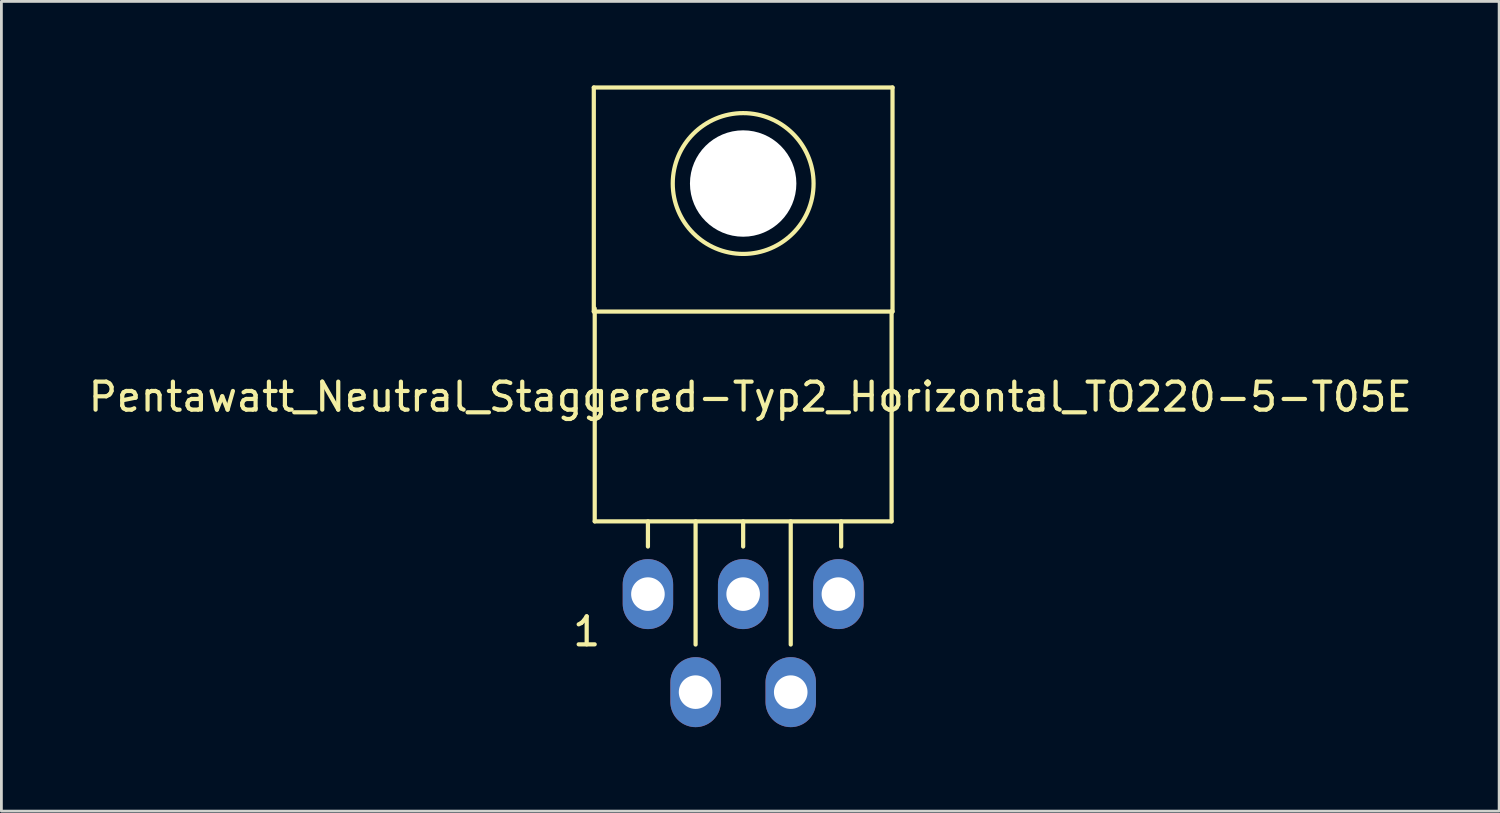
<source format=kicad_pcb>
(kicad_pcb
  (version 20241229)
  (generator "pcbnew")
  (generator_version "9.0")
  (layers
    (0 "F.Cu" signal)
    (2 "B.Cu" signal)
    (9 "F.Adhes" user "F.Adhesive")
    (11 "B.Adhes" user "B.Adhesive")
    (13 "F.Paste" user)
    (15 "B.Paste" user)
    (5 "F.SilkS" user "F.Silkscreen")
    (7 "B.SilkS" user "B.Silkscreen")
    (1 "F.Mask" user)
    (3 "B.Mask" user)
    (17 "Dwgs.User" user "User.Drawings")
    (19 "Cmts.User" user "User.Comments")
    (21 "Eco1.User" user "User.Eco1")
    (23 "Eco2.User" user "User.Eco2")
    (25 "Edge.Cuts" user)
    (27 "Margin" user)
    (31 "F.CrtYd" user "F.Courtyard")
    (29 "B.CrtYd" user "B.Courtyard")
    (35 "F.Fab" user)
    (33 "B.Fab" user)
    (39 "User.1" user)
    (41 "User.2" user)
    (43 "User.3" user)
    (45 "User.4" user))
  (footprint "Pentawatt_Neutral_Staggered-Typ2_Horizontal_TO220-5-T05E"
    (layer "F.Cu")
    (at 23.49 20.268)
    (property "Reference" "Pentawatt_Neutral_Staggered-Typ2_Horizontal_TO220-5-T05E" (at 0.254 -9.144 0) (layer "F.SilkS") (effects (font (size 1 1) (thickness 0.15))))
    (attr through_hole)
    (fp_line (start -5.334 -20.193) (end -5.334 -12.192) (stroke (width 0.15) (type solid)) (layer "F.SilkS"))
    (fp_line (start -5.301 -4.699) (end -5.301 -12.301) (stroke (width 0.15) (type solid)) (layer "F.SilkS"))
    (fp_line (start -5.301 -4.699) (end 5.301 -4.699) (stroke (width 0.15) (type solid)) (layer "F.SilkS"))
    (fp_line (start -3.401 -3.8) (end -3.401 -4.699) (stroke (width 0.15) (type solid)) (layer "F.SilkS"))
    (fp_line (start -1.699 -0.3) (end -1.699 -4.699) (stroke (width 0.15) (type solid)) (layer "F.SilkS"))
    (fp_line (start 0 -3.8) (end 0 -4.699) (stroke (width 0.15) (type solid)) (layer "F.SilkS"))
    (fp_line (start 1.699 -0.3) (end 1.699 -4.699) (stroke (width 0.15) (type solid)) (layer "F.SilkS"))
    (fp_line (start 3.5 -3.8) (end 3.5 -4.699) (stroke (width 0.15) (type solid)) (layer "F.SilkS"))
    (fp_line (start 5.301 -12.2) (end 5.301 -4.699) (stroke (width 0.15) (type solid)) (layer "F.SilkS"))
    (fp_line (start 5.334 -20.193) (end -5.334 -20.193) (stroke (width 0.15) (type solid)) (layer "F.SilkS"))
    (fp_line (start 5.334 -12.192) (end -5.334 -12.192) (stroke (width 0.15) (type solid)) (layer "F.SilkS"))
    (fp_line (start 5.334 -12.192) (end 5.334 -20.193) (stroke (width 0.15) (type solid)) (layer "F.SilkS"))
    (fp_circle (center 0 -16.764) (end 1.778 -14.986) (stroke (width 0.15) (type solid)) (fill no) (layer "F.SilkS"))
    (fp_text user "1" (at -5.588 -0.762 0) (layer "F.SilkS") (effects (font (size 1 1) (thickness 0.15))))
    (pad "" np_thru_hole circle (at 0 -16.764 90) (size 3.8 3.8) (drill 3.8) (layers "*.Cu" "*.Mask"))
    (pad "1" thru_hole oval (at -3.401 -2.101 90) (size 2.499 1.801) (drill 1.199) (layers "*.Cu" "*.Mask"))
    (pad "2" thru_hole oval (at -1.699 1.4 90) (size 2.499 1.801) (drill 1.199) (layers "*.Cu" "*.Mask"))
    (pad "3" thru_hole oval (at 0 -2.101 90) (size 2.499 1.801) (drill 1.199) (layers "*.Cu" "*.Mask"))
    (pad "4" thru_hole oval (at 1.699 1.4 90) (size 2.499 1.801) (drill 1.199) (layers "*.Cu" "*.Mask"))
    (pad "5" thru_hole oval (at 3.401 -2.101 90) (size 2.499 1.801) (drill 1.199) (layers "*.Cu" "*.Mask")))
  (gr_rect
    (start -3 -3)
    (end 50.488 25.917)
    (stroke (width 0.1) (type default))
    (fill no)
    (layer "Edge.Cuts")))
</source>
